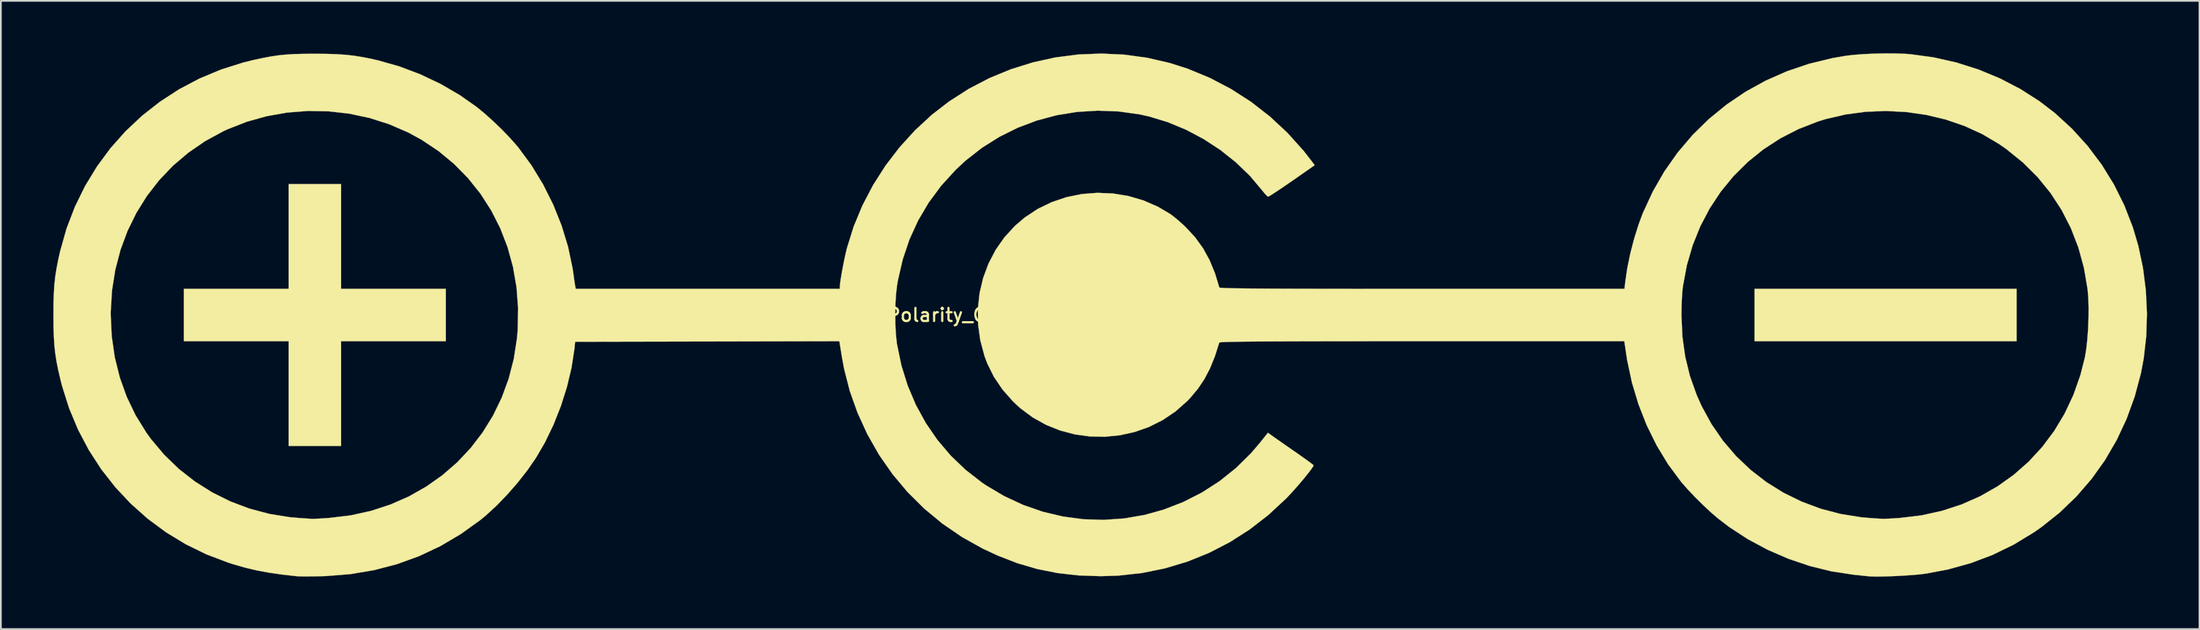
<source format=kicad_pcb>
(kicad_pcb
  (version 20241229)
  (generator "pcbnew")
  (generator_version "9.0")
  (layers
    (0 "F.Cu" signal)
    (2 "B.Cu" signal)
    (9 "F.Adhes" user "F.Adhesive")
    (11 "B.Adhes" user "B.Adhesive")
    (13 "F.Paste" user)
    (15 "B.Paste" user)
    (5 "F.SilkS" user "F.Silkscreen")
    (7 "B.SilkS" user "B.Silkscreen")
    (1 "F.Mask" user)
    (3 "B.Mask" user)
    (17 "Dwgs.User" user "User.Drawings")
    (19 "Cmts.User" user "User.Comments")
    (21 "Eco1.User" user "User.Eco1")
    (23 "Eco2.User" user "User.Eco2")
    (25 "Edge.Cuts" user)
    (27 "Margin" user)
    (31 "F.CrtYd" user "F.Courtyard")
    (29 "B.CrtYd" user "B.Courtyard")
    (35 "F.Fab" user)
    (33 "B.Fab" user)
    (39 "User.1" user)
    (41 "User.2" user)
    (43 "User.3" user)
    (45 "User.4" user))
  (footprint "Polarity_Center_Negative_30mm_SilkScreen"
    (layer "F.Cu")
    (at 59.821 14.971)
    (property "Reference" "Polarity_Center_Negative_30mm_SilkScreen" (at 0 0 0) (layer "F.SilkS") (effects (font (size 0.75 0.75) (thickness 0.125))))
    (attr exclude_from_pos_files exclude_from_bom allow_missing_courtyard)
    (fp_poly (pts (xy 52.423 1.498) (xy 37.445 1.498) (xy 37.445 -1.498) (xy 52.423 -1.498) (xy 52.423 1.498)) (stroke (width 0.01) (type solid)) (fill yes) (layer "F.SilkS"))
    (fp_poly (pts (xy -43.373 -1.498) (xy -37.382 -1.498) (xy -37.382 1.498) (xy -43.373 1.498) (xy -43.373 7.489) (xy -46.369 7.489) (xy -46.369 1.498) (xy -52.36 1.498) (xy -52.36 -1.498) (xy -46.369 -1.498) (xy -46.369 -7.489) (xy -43.373 -7.489) (xy -43.373 -1.498)) (stroke (width 0.01) (type solid)) (fill yes) (layer "F.SilkS"))
    (fp_poly (pts (xy 45.536 -14.962) (xy 46.078 -14.941) (xy 46.342 -14.922) (xy 47.673 -14.74) (xy 48.98 -14.446) (xy 50.25 -14.043) (xy 51.473 -13.536) (xy 52.638 -12.93) (xy 53.734 -12.229) (xy 54.607 -11.559) (xy 55.595 -10.653) (xy 56.491 -9.665) (xy 57.29 -8.602) (xy 57.988 -7.47) (xy 58.582 -6.275) (xy 59.068 -5.023) (xy 59.382 -3.963) (xy 59.649 -2.698) (xy 59.814 -1.399) (xy 59.876 -0.087) (xy 59.836 1.216) (xy 59.691 2.488) (xy 59.532 3.332) (xy 59.176 4.666) (xy 58.712 5.942) (xy 58.145 7.155) (xy 57.476 8.302) (xy 56.709 9.377) (xy 55.847 10.375) (xy 54.894 11.293) (xy 53.852 12.125) (xy 53.413 12.432) (xy 52.262 13.131) (xy 51.061 13.717) (xy 49.807 14.191) (xy 48.497 14.555) (xy 47.225 14.794) (xy 46.905 14.834) (xy 46.51 14.87) (xy 46.066 14.901) (xy 45.6 14.927) (xy 45.139 14.946) (xy 44.708 14.958) (xy 44.335 14.96) (xy 44.045 14.951) (xy 43.935 14.942) (xy 43.78 14.925) (xy 43.539 14.899) (xy 43.251 14.869) (xy 43.061 14.849) (xy 41.828 14.66) (xy 40.593 14.355) (xy 39.374 13.942) (xy 38.19 13.428) (xy 37.056 12.82) (xy 35.993 12.126) (xy 35.354 11.638) (xy 34.947 11.288) (xy 34.501 10.872) (xy 34.05 10.425) (xy 33.627 9.979) (xy 33.267 9.569) (xy 33.225 9.517) (xy 32.496 8.533) (xy 31.847 7.461) (xy 31.282 6.317) (xy 30.809 5.115) (xy 30.433 3.869) (xy 30.161 2.595) (xy 30.109 2.262) (xy 29.996 1.498) (xy 18.429 1.498) (xy 16.967 1.498) (xy 15.625 1.498) (xy 14.4 1.499) (xy 13.285 1.5) (xy 12.278 1.502) (xy 11.372 1.504) (xy 10.565 1.507) (xy 9.85 1.51) (xy 9.224 1.513) (xy 8.683 1.517) (xy 8.221 1.522) (xy 7.834 1.528) (xy 7.518 1.534) (xy 7.268 1.54) (xy 7.08 1.548) (xy 6.949 1.556) (xy 6.87 1.565) (xy 6.839 1.575) (xy 6.839 1.576) (xy 6.587 2.365) (xy 6.309 3.052) (xy 5.991 3.66) (xy 5.623 4.211) (xy 5.191 4.728) (xy 4.996 4.932) (xy 4.324 5.525) (xy 3.592 6.016) (xy 2.812 6.406) (xy 1.993 6.693) (xy 1.149 6.879) (xy 0.29 6.963) (xy -0.573 6.945) (xy -1.428 6.826) (xy -2.263 6.604) (xy -3.068 6.281) (xy -3.83 5.856) (xy -4.539 5.329) (xy -4.95 4.947) (xy -5.556 4.26) (xy -6.046 3.535) (xy -6.429 2.763) (xy -6.584 2.346) (xy -6.825 1.445) (xy -6.951 0.537) (xy -6.958 0.022) (xy 33.263 0.022) (xy 33.316 1.229) (xy 33.477 2.382) (xy 33.749 3.494) (xy 34.135 4.577) (xy 34.418 5.211) (xy 34.981 6.241) (xy 35.639 7.195) (xy 36.386 8.069) (xy 37.216 8.858) (xy 38.121 9.558) (xy 39.095 10.165) (xy 40.132 10.673) (xy 41.224 11.08) (xy 42.366 11.381) (xy 43.551 11.571) (xy 44.247 11.628) (xy 44.472 11.641) (xy 44.669 11.653) (xy 44.746 11.658) (xy 44.865 11.658) (xy 45.08 11.649) (xy 45.362 11.634) (xy 45.684 11.613) (xy 45.756 11.608) (xy 46.981 11.46) (xy 48.156 11.202) (xy 49.277 10.836) (xy 50.339 10.367) (xy 51.335 9.8) (xy 52.262 9.139) (xy 53.113 8.389) (xy 53.885 7.553) (xy 54.571 6.637) (xy 55.167 5.645) (xy 55.668 4.581) (xy 56.068 3.449) (xy 56.326 2.434) (xy 56.405 1.966) (xy 56.467 1.408) (xy 56.512 0.796) (xy 56.536 0.165) (xy 56.54 -0.452) (xy 56.522 -1.018) (xy 56.482 -1.481) (xy 56.273 -2.703) (xy 55.954 -3.868) (xy 55.526 -4.973) (xy 54.993 -6.016) (xy 54.355 -6.992) (xy 53.616 -7.899) (xy 52.776 -8.734) (xy 51.838 -9.492) (xy 51.424 -9.781) (xy 50.47 -10.346) (xy 49.448 -10.814) (xy 48.374 -11.182) (xy 47.258 -11.449) (xy 46.115 -11.613) (xy 44.956 -11.673) (xy 43.795 -11.627) (xy 42.646 -11.474) (xy 41.52 -11.212) (xy 41.064 -11.071) (xy 39.955 -10.639) (xy 38.914 -10.105) (xy 37.945 -9.475) (xy 37.052 -8.754) (xy 36.241 -7.948) (xy 35.516 -7.064) (xy 34.882 -6.107) (xy 34.344 -5.083) (xy 33.906 -3.997) (xy 33.573 -2.856) (xy 33.35 -1.665) (xy 33.329 -1.499) (xy 33.305 -1.243) (xy 33.286 -0.9) (xy 33.271 -0.511) (xy 33.264 -0.113) (xy 33.263 0.022) (xy -6.958 0.022) (xy -6.963 -0.367) (xy -6.865 -1.256) (xy -6.662 -2.119) (xy -6.354 -2.947) (xy -5.946 -3.727) (xy -5.441 -4.449) (xy -4.842 -5.103) (xy -4.287 -5.577) (xy -3.537 -6.072) (xy -2.734 -6.461) (xy -1.889 -6.744) (xy -1.016 -6.921) (xy -0.127 -6.99) (xy 0.766 -6.952) (xy 1.65 -6.806) (xy 2.511 -6.553) (xy 3.339 -6.191) (xy 4.025 -5.785) (xy 4.231 -5.632) (xy 4.486 -5.422) (xy 4.752 -5.186) (xy 4.914 -5.034) (xy 5.454 -4.45) (xy 5.908 -3.824) (xy 6.286 -3.137) (xy 6.6 -2.37) (xy 6.84 -1.576) (xy 6.865 -1.566) (xy 6.938 -1.557) (xy 7.062 -1.549) (xy 7.243 -1.541) (xy 7.486 -1.534) (xy 7.793 -1.528) (xy 8.171 -1.523) (xy 8.623 -1.518) (xy 9.155 -1.514) (xy 9.77 -1.51) (xy 10.473 -1.507) (xy 11.269 -1.504) (xy 12.162 -1.502) (xy 13.157 -1.501) (xy 14.258 -1.499) (xy 15.47 -1.498) (xy 16.797 -1.498) (xy 18.243 -1.498) (xy 18.433 -1.498) (xy 30.006 -1.498) (xy 30.049 -1.888) (xy 30.163 -2.67) (xy 30.336 -3.511) (xy 30.557 -4.363) (xy 30.813 -5.182) (xy 31.054 -5.829) (xy 31.622 -7.059) (xy 32.288 -8.216) (xy 33.048 -9.297) (xy 33.897 -10.296) (xy 34.829 -11.211) (xy 35.84 -12.037) (xy 36.924 -12.771) (xy 38.076 -13.407) (xy 39.291 -13.943) (xy 40.564 -14.374) (xy 41.889 -14.696) (xy 42.647 -14.827) (xy 43.125 -14.883) (xy 43.69 -14.925) (xy 44.305 -14.953) (xy 44.933 -14.966) (xy 45.536 -14.962)) (stroke (width 0.01) (type solid)) (fill yes) (layer "F.SilkS"))
    (fp_poly (pts (xy 1.411 -14.895) (xy 2.717 -14.716) (xy 4.006 -14.418) (xy 5.024 -14.093) (xy 6.294 -13.568) (xy 7.506 -12.933) (xy 8.655 -12.195) (xy 9.734 -11.356) (xy 10.737 -10.421) (xy 11.658 -9.396) (xy 12.127 -8.794) (xy 12.293 -8.571) (xy 11.001 -7.671) (xy 10.645 -7.425) (xy 10.321 -7.205) (xy 10.043 -7.02) (xy 9.826 -6.88) (xy 9.685 -6.794) (xy 9.635 -6.771) (xy 9.563 -6.818) (xy 9.445 -6.94) (xy 9.309 -7.108) (xy 8.6 -7.952) (xy 7.793 -8.732) (xy 6.904 -9.44) (xy 5.947 -10.066) (xy 4.937 -10.601) (xy 3.889 -11.036) (xy 2.818 -11.361) (xy 2.272 -11.481) (xy 1.077 -11.647) (xy -0.114 -11.692) (xy -1.294 -11.619) (xy -2.454 -11.431) (xy -3.585 -11.129) (xy -4.679 -10.717) (xy -5.727 -10.197) (xy -6.722 -9.572) (xy -7.654 -8.844) (xy -8.239 -8.301) (xy -9.061 -7.397) (xy -9.774 -6.434) (xy -10.378 -5.411) (xy -10.873 -4.327) (xy -11.259 -3.183) (xy -11.536 -1.977) (xy -11.585 -1.685) (xy -11.641 -1.204) (xy -11.676 -0.641) (xy -11.688 -0.037) (xy -11.679 0.57) (xy -11.647 1.138) (xy -11.594 1.629) (xy -11.586 1.676) (xy -11.336 2.881) (xy -10.976 4.037) (xy -10.51 5.137) (xy -9.942 6.175) (xy -9.276 7.145) (xy -8.516 8.041) (xy -7.666 8.856) (xy -6.73 9.584) (xy -6.49 9.747) (xy -5.449 10.363) (xy -4.365 10.866) (xy -3.247 11.254) (xy -2.102 11.526) (xy -0.939 11.681) (xy 0.233 11.718) (xy 1.407 11.636) (xy 2.573 11.434) (xy 3.647 11.135) (xy 4.777 10.698) (xy 5.849 10.152) (xy 6.855 9.503) (xy 7.788 8.756) (xy 8.643 7.915) (xy 9.157 7.315) (xy 9.62 6.735) (xy 9.912 6.944) (xy 10.056 7.046) (xy 10.281 7.203) (xy 10.564 7.401) (xy 10.884 7.624) (xy 11.218 7.855) (xy 11.528 8.073) (xy 11.8 8.266) (xy 12.018 8.426) (xy 12.167 8.539) (xy 12.231 8.594) (xy 12.232 8.597) (xy 12.192 8.682) (xy 12.082 8.841) (xy 11.915 9.059) (xy 11.707 9.318) (xy 11.47 9.6) (xy 11.219 9.89) (xy 10.969 10.17) (xy 10.732 10.423) (xy 10.643 10.514) (xy 9.631 11.45) (xy 8.557 12.28) (xy 7.425 13.001) (xy 6.239 13.612) (xy 5.006 14.11) (xy 3.728 14.493) (xy 2.412 14.759) (xy 1.062 14.907) (xy 0.062 14.939) (xy -1.21 14.895) (xy -2.413 14.76) (xy -3.57 14.529) (xy -4.702 14.197) (xy -5.833 13.758) (xy -6.693 13.356) (xy -7.877 12.695) (xy -8.989 11.933) (xy -10.025 11.077) (xy -10.978 10.132) (xy -11.842 9.103) (xy -12.612 7.997) (xy -13.282 6.819) (xy -13.843 5.593) (xy -14.285 4.35) (xy -14.612 3.073) (xy -14.742 2.368) (xy -14.882 1.497) (xy -29.987 1.529) (xy -30.034 1.966) (xy -30.197 3.024) (xy -30.458 4.115) (xy -30.805 5.21) (xy -31.228 6.279) (xy -31.717 7.292) (xy -32.232 8.175) (xy -32.717 8.877) (xy -33.272 9.586) (xy -33.872 10.274) (xy -34.493 10.915) (xy -35.109 11.48) (xy -35.403 11.722) (xy -36.522 12.526) (xy -37.688 13.215) (xy -38.903 13.789) (xy -40.166 14.248) (xy -41.477 14.592) (xy -42.835 14.82) (xy -44.241 14.933) (xy -44.528 14.941) (xy -44.909 14.948) (xy -45.265 14.951) (xy -45.568 14.951) (xy -45.793 14.947) (xy -45.901 14.941) (xy -46.747 14.846) (xy -47.5 14.737) (xy -48.191 14.608) (xy -48.851 14.452) (xy -49.511 14.263) (xy -49.833 14.16) (xy -51.076 13.688) (xy -52.258 13.109) (xy -53.375 12.43) (xy -54.421 11.656) (xy -55.391 10.793) (xy -56.28 9.845) (xy -57.083 8.82) (xy -57.793 7.723) (xy -58.407 6.559) (xy -58.919 5.334) (xy -59.324 4.053) (xy -59.406 3.731) (xy -59.535 3.179) (xy -59.635 2.684) (xy -59.709 2.215) (xy -59.761 1.742) (xy -59.793 1.236) (xy -59.811 0.665) (xy -59.816 0) (xy -59.816 -0.031) (xy -56.542 -0.031) (xy -56.484 1.209) (xy -56.311 2.41) (xy -56.024 3.568) (xy -55.627 4.677) (xy -55.119 5.733) (xy -54.503 6.73) (xy -54.24 7.094) (xy -53.485 7.992) (xy -52.646 8.803) (xy -51.73 9.521) (xy -50.747 10.141) (xy -49.705 10.66) (xy -48.611 11.073) (xy -47.475 11.376) (xy -46.304 11.564) (xy -45.839 11.605) (xy -45.547 11.625) (xy -45.292 11.642) (xy -45.105 11.655) (xy -45.027 11.661) (xy -44.921 11.659) (xy -44.718 11.65) (xy -44.443 11.634) (xy -44.124 11.613) (xy -44.032 11.606) (xy -42.819 11.46) (xy -41.654 11.202) (xy -40.542 10.838) (xy -39.488 10.374) (xy -38.499 9.813) (xy -37.578 9.162) (xy -36.731 8.426) (xy -35.963 7.61) (xy -35.28 6.719) (xy -34.686 5.758) (xy -34.188 4.732) (xy -33.789 3.648) (xy -33.496 2.509) (xy -33.312 1.321) (xy -33.272 0.843) (xy -33.249 -0.393) (xy -33.341 -1.598) (xy -33.544 -2.766) (xy -33.855 -3.891) (xy -34.271 -4.966) (xy -34.788 -5.985) (xy -35.403 -6.942) (xy -36.113 -7.831) (xy -36.913 -8.646) (xy -37.8 -9.38) (xy -38.772 -10.028) (xy -39.537 -10.445) (xy -40.623 -10.916) (xy -41.751 -11.275) (xy -42.911 -11.521) (xy -44.089 -11.654) (xy -45.276 -11.674) (xy -46.459 -11.581) (xy -47.627 -11.374) (xy -48.768 -11.055) (xy -49.872 -10.622) (xy -50.099 -10.516) (xy -51.14 -9.95) (xy -52.1 -9.291) (xy -52.978 -8.545) (xy -53.768 -7.718) (xy -54.468 -6.817) (xy -55.072 -5.848) (xy -55.578 -4.817) (xy -55.982 -3.729) (xy -56.279 -2.592) (xy -56.467 -1.412) (xy -56.54 -0.194) (xy -56.542 -0.031) (xy -59.816 -0.031) (xy -59.811 -0.664) (xy -59.794 -1.234) (xy -59.761 -1.741) (xy -59.71 -2.214) (xy -59.636 -2.684) (xy -59.538 -3.182) (xy -59.433 -3.651) (xy -59.065 -4.951) (xy -58.588 -6.195) (xy -58.007 -7.378) (xy -57.328 -8.495) (xy -56.556 -9.541) (xy -55.695 -10.51) (xy -54.75 -11.399) (xy -53.728 -12.201) (xy -52.633 -12.912) (xy -51.47 -13.526) (xy -50.244 -14.039) (xy -48.961 -14.445) (xy -48.366 -14.592) (xy -47.853 -14.702) (xy -47.399 -14.788) (xy -46.975 -14.852) (xy -46.55 -14.896) (xy -46.096 -14.925) (xy -45.582 -14.94) (xy -44.979 -14.945) (xy -44.84 -14.945) (xy -44.172 -14.939) (xy -43.596 -14.92) (xy -43.083 -14.884) (xy -42.602 -14.829) (xy -42.12 -14.751) (xy -41.607 -14.647) (xy -41.255 -14.567) (xy -40.037 -14.222) (xy -38.837 -13.768) (xy -37.677 -13.217) (xy -36.58 -12.578) (xy -35.625 -11.907) (xy -35.171 -11.535) (xy -34.683 -11.097) (xy -34.192 -10.624) (xy -33.731 -10.148) (xy -33.332 -9.699) (xy -33.233 -9.58) (xy -32.483 -8.56) (xy -31.817 -7.465) (xy -31.241 -6.312) (xy -30.764 -5.119) (xy -30.393 -3.903) (xy -30.136 -2.681) (xy -30.081 -2.309) (xy -30.046 -2.048) (xy -30.012 -1.82) (xy -29.987 -1.665) (xy -29.982 -1.638) (xy -29.953 -1.498) (xy -14.853 -1.498) (xy -14.853 -1.646) (xy -14.84 -1.807) (xy -14.804 -2.062) (xy -14.75 -2.383) (xy -14.684 -2.743) (xy -14.611 -3.113) (xy -14.535 -3.467) (xy -14.462 -3.776) (xy -14.448 -3.831) (xy -14.064 -5.064) (xy -13.564 -6.267) (xy -12.956 -7.43) (xy -12.247 -8.541) (xy -11.444 -9.59) (xy -10.555 -10.567) (xy -9.588 -11.461) (xy -8.609 -12.218) (xy -7.48 -12.941) (xy -6.298 -13.556) (xy -5.072 -14.06) (xy -3.811 -14.454) (xy -2.524 -14.736) (xy -1.218 -14.904) (xy 0.096 -14.957) (xy 1.411 -14.895)) (stroke (width 0.01) (type solid)) (fill yes) (layer "F.SilkS")))
  (gr_rect
    (start -3 -3)
    (end 122.702 32.935)
    (stroke (width 0.1) (type default))
    (fill no)
    (layer "Edge.Cuts")))
</source>
